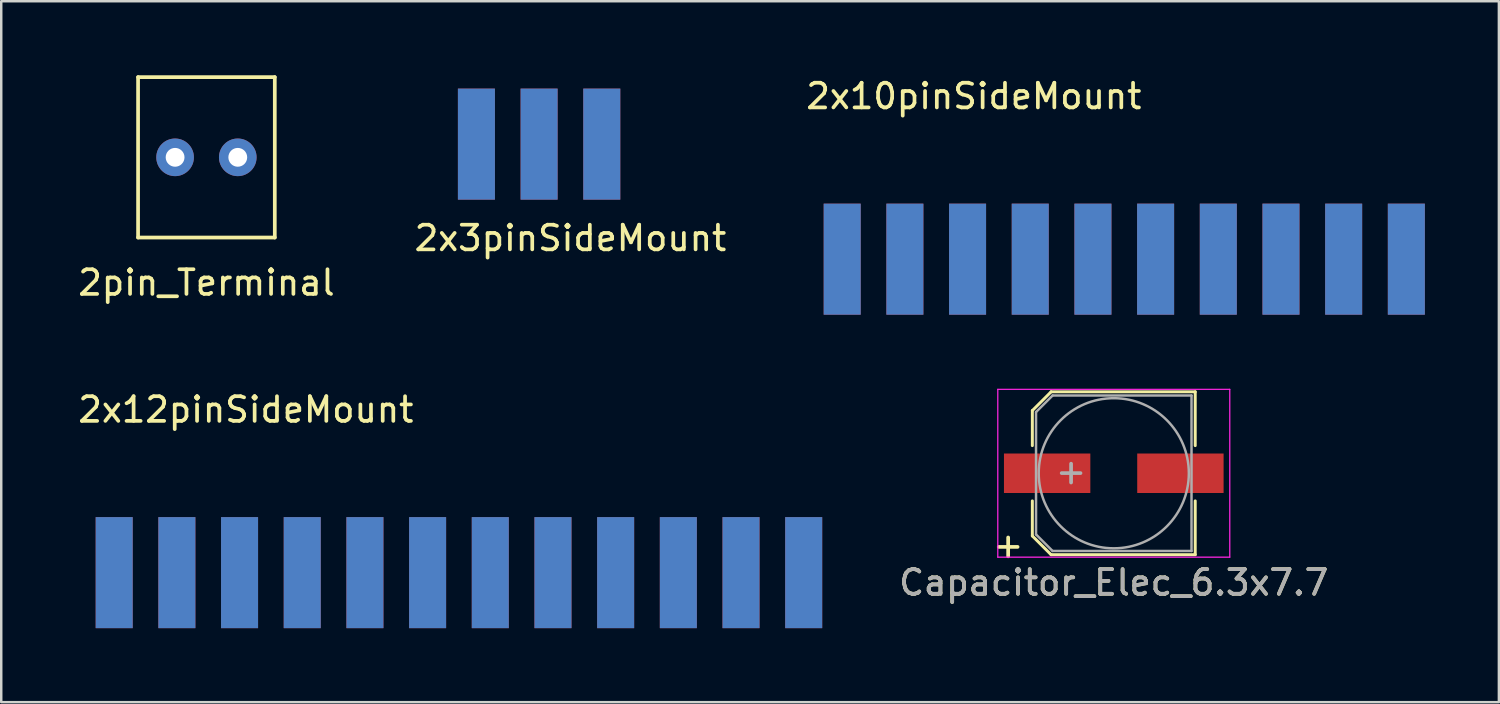
<source format=kicad_pcb>
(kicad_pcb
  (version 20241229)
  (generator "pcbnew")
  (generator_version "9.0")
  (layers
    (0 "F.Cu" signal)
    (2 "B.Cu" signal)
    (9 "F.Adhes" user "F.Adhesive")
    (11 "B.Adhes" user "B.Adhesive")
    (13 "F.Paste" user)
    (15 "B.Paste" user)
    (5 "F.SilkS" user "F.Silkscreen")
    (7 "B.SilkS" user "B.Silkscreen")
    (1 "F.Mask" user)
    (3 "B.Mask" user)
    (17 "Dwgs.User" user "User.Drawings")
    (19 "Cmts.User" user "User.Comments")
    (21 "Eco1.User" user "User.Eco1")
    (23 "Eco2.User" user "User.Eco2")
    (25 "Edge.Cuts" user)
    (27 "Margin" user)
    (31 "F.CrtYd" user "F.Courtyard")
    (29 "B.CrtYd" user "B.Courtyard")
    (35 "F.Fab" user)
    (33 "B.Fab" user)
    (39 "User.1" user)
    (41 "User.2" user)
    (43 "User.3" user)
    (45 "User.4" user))
  (footprint "2x10pinSideMount"
    (layer "F.Cu")
    (at 42.507 4.912)
    (property "Reference" "2x10pinSideMount" (at -6.096 -4.064 0) (layer "F.SilkS") (effects (font (size 1 1) (thickness 0.15))))
    (attr through_hole)
    (pad "1" smd rect (at -11.43 2.54) (size 1.5 4.5) (layers "F.Cu" "F.Mask" "F.Paste"))
    (pad "2" smd rect (at -11.43 2.54) (size 1.5 4.5) (layers "F.Mask" "B.Cu" "F.Paste"))
    (pad "3" smd rect (at -8.89 2.54) (size 1.5 4.5) (layers "F.Cu" "F.Mask" "F.Paste"))
    (pad "4" smd rect (at -8.89 2.54) (size 1.5 4.5) (layers "F.Mask" "B.Cu" "F.Paste"))
    (pad "5" smd rect (at -6.35 2.54) (size 1.5 4.5) (layers "F.Cu" "F.Mask" "F.Paste"))
    (pad "6" smd rect (at -6.35 2.54) (size 1.5 4.5) (layers "F.Mask" "B.Cu" "F.Paste"))
    (pad "7" smd rect (at -3.81 2.54) (size 1.5 4.5) (layers "F.Cu" "F.Mask" "F.Paste"))
    (pad "8" smd rect (at -3.81 2.54) (size 1.5 4.5) (layers "F.Mask" "B.Cu" "F.Paste"))
    (pad "9" smd rect (at -1.27 2.54) (size 1.5 4.5) (layers "F.Cu" "F.Mask" "F.Paste"))
    (pad "10" smd rect (at -1.27 2.54) (size 1.5 4.5) (layers "F.Mask" "B.Cu" "F.Paste"))
    (pad "11" smd rect (at 1.27 2.54) (size 1.5 4.5) (layers "F.Cu" "F.Mask" "F.Paste"))
    (pad "12" smd rect (at 1.27 2.54) (size 1.5 4.5) (layers "F.Mask" "B.Cu" "F.Paste"))
    (pad "13" smd rect (at 3.81 2.54) (size 1.5 4.5) (layers "F.Cu" "F.Mask" "F.Paste"))
    (pad "14" smd rect (at 3.81 2.54) (size 1.5 4.5) (layers "F.Mask" "B.Cu" "F.Paste"))
    (pad "15" smd rect (at 6.35 2.54) (size 1.5 4.5) (layers "F.Cu" "F.Mask" "F.Paste"))
    (pad "16" smd rect (at 6.35 2.54) (size 1.5 4.5) (layers "F.Mask" "B.Cu" "F.Paste"))
    (pad "17" smd rect (at 8.89 2.54) (size 1.5 4.5) (layers "F.Cu" "F.Mask" "F.Paste"))
    (pad "18" smd rect (at 8.89 2.54) (size 1.5 4.5) (layers "F.Mask" "B.Cu" "F.Paste"))
    (pad "19" smd rect (at 11.43 2.54) (size 1.5 4.5) (layers "F.Cu" "F.Mask" "F.Paste"))
    (pad "20" smd rect (at 11.43 2.54) (size 1.5 4.5) (layers "F.Mask" "B.Cu" "F.Paste")))
  (footprint "Capacitor_Elec_6.3x7.7"
    (layer "F.Cu")
    (at 42.082 16.127)
    (property "Reference" "Capacitor_Elec_6.3x7.7" (at 0 4.43 0) (layer "F.SilkS") (effects (font (size 1 1) (thickness 0.15))))
    (attr smd)
    (fp_line (start -3.3 -2.54) (end -3.3 -1.12) (stroke (width 0.12) (type solid)) (layer "F.SilkS"))
    (fp_line (start -3.3 -2.54) (end -2.54 -3.3) (stroke (width 0.12) (type solid)) (layer "F.SilkS"))
    (fp_line (start -3.3 2.54) (end -3.3 1.12) (stroke (width 0.12) (type solid)) (layer "F.SilkS"))
    (fp_line (start -2.54 -3.3) (end 3.3 -3.3) (stroke (width 0.12) (type solid)) (layer "F.SilkS"))
    (fp_line (start -2.54 3.3) (end -3.3 2.54) (stroke (width 0.12) (type solid)) (layer "F.SilkS"))
    (fp_line (start 3.3 -3.3) (end 3.3 -1.12) (stroke (width 0.12) (type solid)) (layer "F.SilkS"))
    (fp_line (start 3.3 3.3) (end -2.54 3.3) (stroke (width 0.12) (type solid)) (layer "F.SilkS"))
    (fp_line (start 3.3 3.3) (end 3.3 1.12) (stroke (width 0.12) (type solid)) (layer "F.SilkS"))
    (fp_line (start -4.7 -3.4) (end -4.7 3.4) (stroke (width 0.05) (type solid)) (layer "F.CrtYd"))
    (fp_line (start -4.7 -3.4) (end 4.7 -3.4) (stroke (width 0.05) (type solid)) (layer "F.CrtYd"))
    (fp_line (start 4.7 3.4) (end -4.7 3.4) (stroke (width 0.05) (type solid)) (layer "F.CrtYd"))
    (fp_line (start 4.7 3.4) (end 4.7 -3.4) (stroke (width 0.05) (type solid)) (layer "F.CrtYd"))
    (fp_line (start -3.15 -2.48) (end -3.15 2.48) (stroke (width 0.1) (type solid)) (layer "F.Fab"))
    (fp_line (start -3.15 2.48) (end -2.48 3.15) (stroke (width 0.1) (type solid)) (layer "F.Fab"))
    (fp_line (start -2.48 -3.15) (end -3.15 -2.48) (stroke (width 0.1) (type solid)) (layer "F.Fab"))
    (fp_line (start -2.48 3.15) (end 3.15 3.15) (stroke (width 0.1) (type solid)) (layer "F.Fab"))
    (fp_line (start 3.15 -3.15) (end -2.48 -3.15) (stroke (width 0.1) (type solid)) (layer "F.Fab"))
    (fp_line (start 3.15 3.15) (end 3.15 -3.15) (stroke (width 0.1) (type solid)) (layer "F.Fab"))
    (fp_circle (center 0 0) (end 0.5 3) (stroke (width 0.1) (type solid)) (fill no) (layer "F.Fab"))
    (fp_text user "+" (at -4.28 2.91 0) (layer "F.SilkS") (effects (font (size 1 1) (thickness 0.15))))
    (fp_text user "${REFERENCE}" (at 0 4.43 0) (layer "F.Fab") (effects (font (size 1 1) (thickness 0.15))))
    (fp_text user "+" (at -1.73 -0.08 0) (layer "F.Fab") (effects (font (size 1 1) (thickness 0.15))))
    (pad "1" smd rect (at -2.7 0 180) (size 3.5 1.6) (layers "F.Cu" "F.Mask" "F.Paste"))
    (pad "2" smd rect (at 2.7 0 180) (size 3.5 1.6) (layers "F.Cu" "F.Mask" "F.Paste")))
  (footprint "2pin_Terminal"
    (layer "F.Cu")
    (at 5.315 3.325)
    (property "Reference" "2pin_Terminal" (at 0 5.08 0) (layer "F.SilkS") (effects (font (size 1 1) (thickness 0.15))))
    (attr through_hole)
    (fp_line (start -2.77 -3.25) (end 2.77 -3.25) (stroke (width 0.15) (type solid)) (layer "F.SilkS"))
    (fp_line (start -2.77 3.25) (end -2.77 -3.25) (stroke (width 0.15) (type solid)) (layer "F.SilkS"))
    (fp_line (start 2.77 -3.25) (end 2.77 3.25) (stroke (width 0.15) (type solid)) (layer "F.SilkS"))
    (fp_line (start 2.77 3.25) (end -2.77 3.25) (stroke (width 0.15) (type solid)) (layer "F.SilkS"))
    (pad "1" thru_hole circle (at -1.27 0) (size 1.524 1.524) (drill 0.762) (layers "*.Cu" "*.Mask"))
    (pad "2" thru_hole circle (at 1.27 0) (size 1.524 1.524) (drill 0.762) (layers "*.Cu" "*.Mask")))
  (footprint "2x12pinSideMount"
    (layer "F.Cu")
    (at 13.007 17.614)
    (property "Reference" "2x12pinSideMount" (at -6.096 -4.064 0) (layer "F.SilkS") (effects (font (size 1 1) (thickness 0.15))))
    (attr through_hole)
    (pad "1" smd rect (at -11.43 2.54) (size 1.5 4.5) (layers "F.Cu" "F.Mask" "F.Paste"))
    (pad "2" smd rect (at -11.43 2.54) (size 1.5 4.5) (layers "F.Mask" "B.Cu" "F.Paste"))
    (pad "3" smd rect (at -8.89 2.54) (size 1.5 4.5) (layers "F.Cu" "F.Mask" "F.Paste"))
    (pad "4" smd rect (at -8.89 2.54) (size 1.5 4.5) (layers "F.Mask" "B.Cu" "F.Paste"))
    (pad "5" smd rect (at -6.35 2.54) (size 1.5 4.5) (layers "F.Cu" "F.Mask" "F.Paste"))
    (pad "6" smd rect (at -6.35 2.54) (size 1.5 4.5) (layers "F.Mask" "B.Cu" "F.Paste"))
    (pad "7" smd rect (at -3.81 2.54) (size 1.5 4.5) (layers "F.Cu" "F.Mask" "F.Paste"))
    (pad "8" smd rect (at -3.81 2.54) (size 1.5 4.5) (layers "F.Mask" "B.Cu" "F.Paste"))
    (pad "9" smd rect (at -1.27 2.54) (size 1.5 4.5) (layers "F.Cu" "F.Mask" "F.Paste"))
    (pad "10" smd rect (at -1.27 2.54) (size 1.5 4.5) (layers "F.Mask" "B.Cu" "F.Paste"))
    (pad "11" smd rect (at 1.27 2.54) (size 1.5 4.5) (layers "F.Cu" "F.Mask" "F.Paste"))
    (pad "12" smd rect (at 1.27 2.54) (size 1.5 4.5) (layers "F.Mask" "B.Cu" "F.Paste"))
    (pad "13" smd rect (at 3.81 2.54) (size 1.5 4.5) (layers "F.Cu" "F.Mask" "F.Paste"))
    (pad "14" smd rect (at 3.81 2.54) (size 1.5 4.5) (layers "F.Mask" "B.Cu" "F.Paste"))
    (pad "15" smd rect (at 6.35 2.54) (size 1.5 4.5) (layers "F.Cu" "F.Mask" "F.Paste"))
    (pad "16" smd rect (at 6.35 2.54) (size 1.5 4.5) (layers "F.Mask" "B.Cu" "F.Paste"))
    (pad "17" smd rect (at 8.89 2.54) (size 1.5 4.5) (layers "F.Cu" "F.Mask" "F.Paste"))
    (pad "18" smd rect (at 8.89 2.54) (size 1.5 4.5) (layers "F.Mask" "B.Cu" "F.Paste"))
    (pad "19" smd rect (at 11.43 2.54) (size 1.5 4.5) (layers "F.Cu" "F.Mask" "F.Paste"))
    (pad "20" smd rect (at 11.43 2.54) (size 1.5 4.5) (layers "F.Mask" "B.Cu" "F.Paste"))
    (pad "21" smd rect (at 13.97 2.54) (size 1.5 4.5) (layers "F.Cu" "F.Mask" "F.Paste"))
    (pad "22" smd rect (at 13.97 2.54) (size 1.5 4.5) (layers "F.Mask" "B.Cu" "F.Paste"))
    (pad "23" smd rect (at 16.51 2.54) (size 1.5 4.5) (layers "F.Cu" "F.Mask" "F.Paste"))
    (pad "24" smd rect (at 16.51 2.54) (size 1.5 4.5) (layers "F.Mask" "B.Cu" "F.Paste")))
  (footprint "2x3pinSideMount"
    (layer "F.Cu")
    (at 18.795 0.25)
    (property "Reference" "2x3pinSideMount" (at 1.27 6.35 0) (layer "F.SilkS") (effects (font (size 1 1) (thickness 0.15))))
    (attr through_hole)
    (pad "1" smd rect (at -2.54 2.54) (size 1.5 4.5) (layers "F.Cu" "F.Mask" "F.Paste"))
    (pad "2" smd rect (at -2.54 2.54) (size 1.5 4.5) (layers "F.Mask" "B.Cu" "F.Paste"))
    (pad "3" smd rect (at 0 2.54) (size 1.5 4.5) (layers "F.Cu" "F.Mask" "F.Paste"))
    (pad "4" smd rect (at 0 2.54) (size 1.5 4.5) (layers "F.Mask" "B.Cu" "F.Paste"))
    (pad "5" smd rect (at 2.54 2.54) (size 1.5 4.5) (layers "F.Cu" "F.Mask" "F.Paste"))
    (pad "6" smd rect (at 2.54 2.54) (size 1.5 4.5) (layers "F.Mask" "B.Cu" "F.Paste")))
  (gr_rect
    (start -3 -3)
    (end 57.687 25.404)
    (stroke (width 0.1) (type default))
    (fill no)
    (layer "Edge.Cuts")))
</source>
